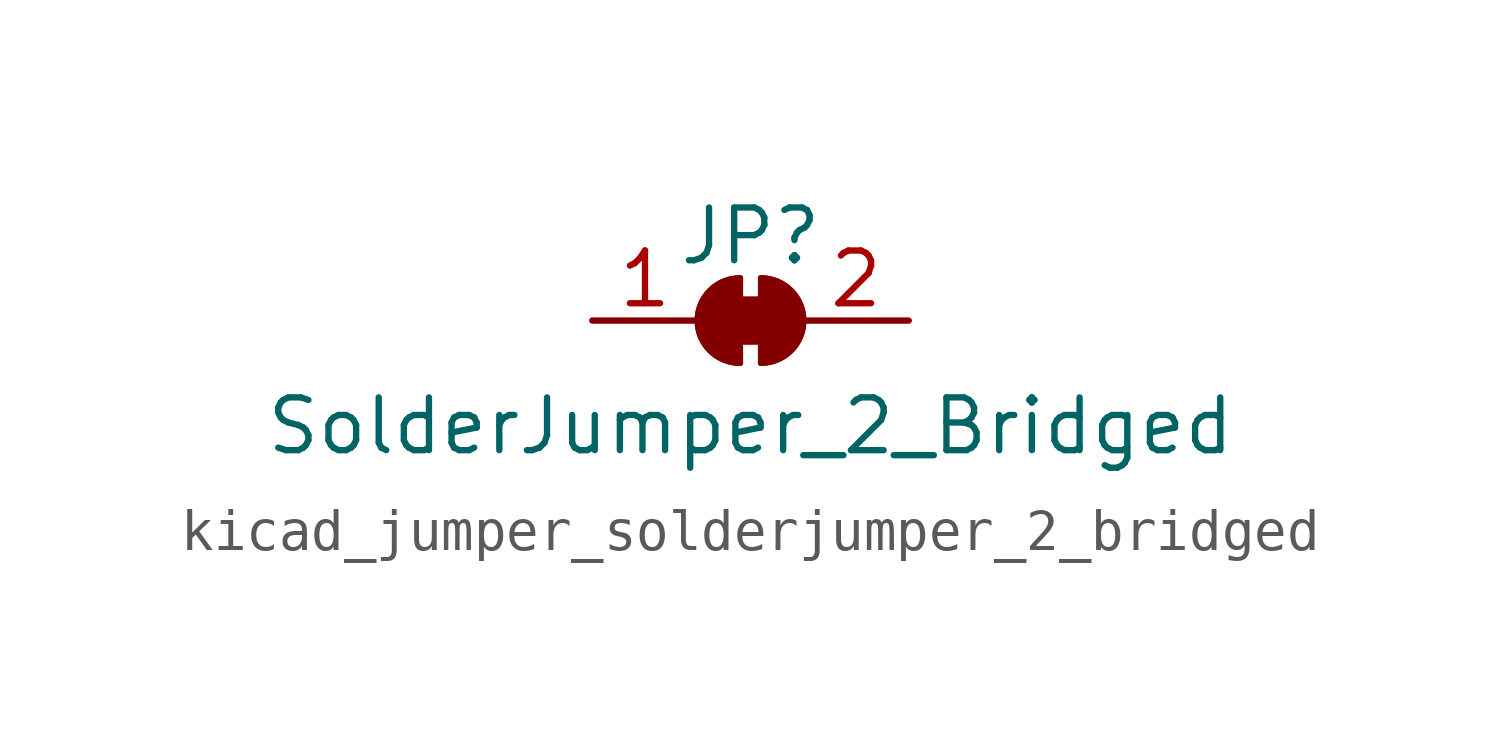
<source format=kicad_sym>
(kicad_symbol_lib
  (version 20220914)
  (generator kicad_symbol_editor)
  (symbol "kicad_jumper_solderjumper_2_bridged"
    (pin_names
      (offset 0) hide)
    (property "Reference" "JP"
      (at 0 2.032 0)
      (effects (font (size 1.27 1.27))))
    (property "Value" "SolderJumper_2_Bridged"
      (at 0 -2.54 0)
      (effects (font (size 1.27 1.27))))
    (symbol "kicad_jumper_solderjumper_2_bridged_0_1"
      (rectangle (start -0.508 0.508) (end 0.508 -0.508) (stroke (width 0) (type default)) (fill (type outline)))
      (arc (start -0.254 1.016) (mid -1.2656 0) (end -0.254 -1.016) (stroke (width 0) (type default)) (fill (type none)))
      (arc (start -0.254 1.016) (mid -1.2656 0) (end -0.254 -1.016) (stroke (width 0) (type default)) (fill (type outline)))
      (polyline (pts (xy -0.254 1.016) (xy -0.254 -1.016)) (stroke (width 0) (type default)) (fill (type none)))
      (polyline (pts (xy 0.254 1.016) (xy 0.254 -1.016)) (stroke (width 0) (type default)) (fill (type none)))
      (arc (start 0.254 -1.016) (mid 1.2656 0) (end 0.254 1.016) (stroke (width 0) (type default)) (fill (type none)))
      (arc (start 0.254 -1.016) (mid 1.2656 0) (end 0.254 1.016) (stroke (width 0) (type default)) (fill (type outline))))
    (symbol "kicad_jumper_solderjumper_2_bridged_1_1"
      (pin passive line (at -3.81 0 0) (length 2.54) (name "A" (effects (font (size 1.27 1.27)))) (number "1" (effects (font (size 1.27 1.27)))))
      (pin passive line (at 3.81 0 180) (length 2.54) (name "B" (effects (font (size 1.27 1.27)))) (number "2" (effects (font (size 1.27 1.27))))))))
</source>
